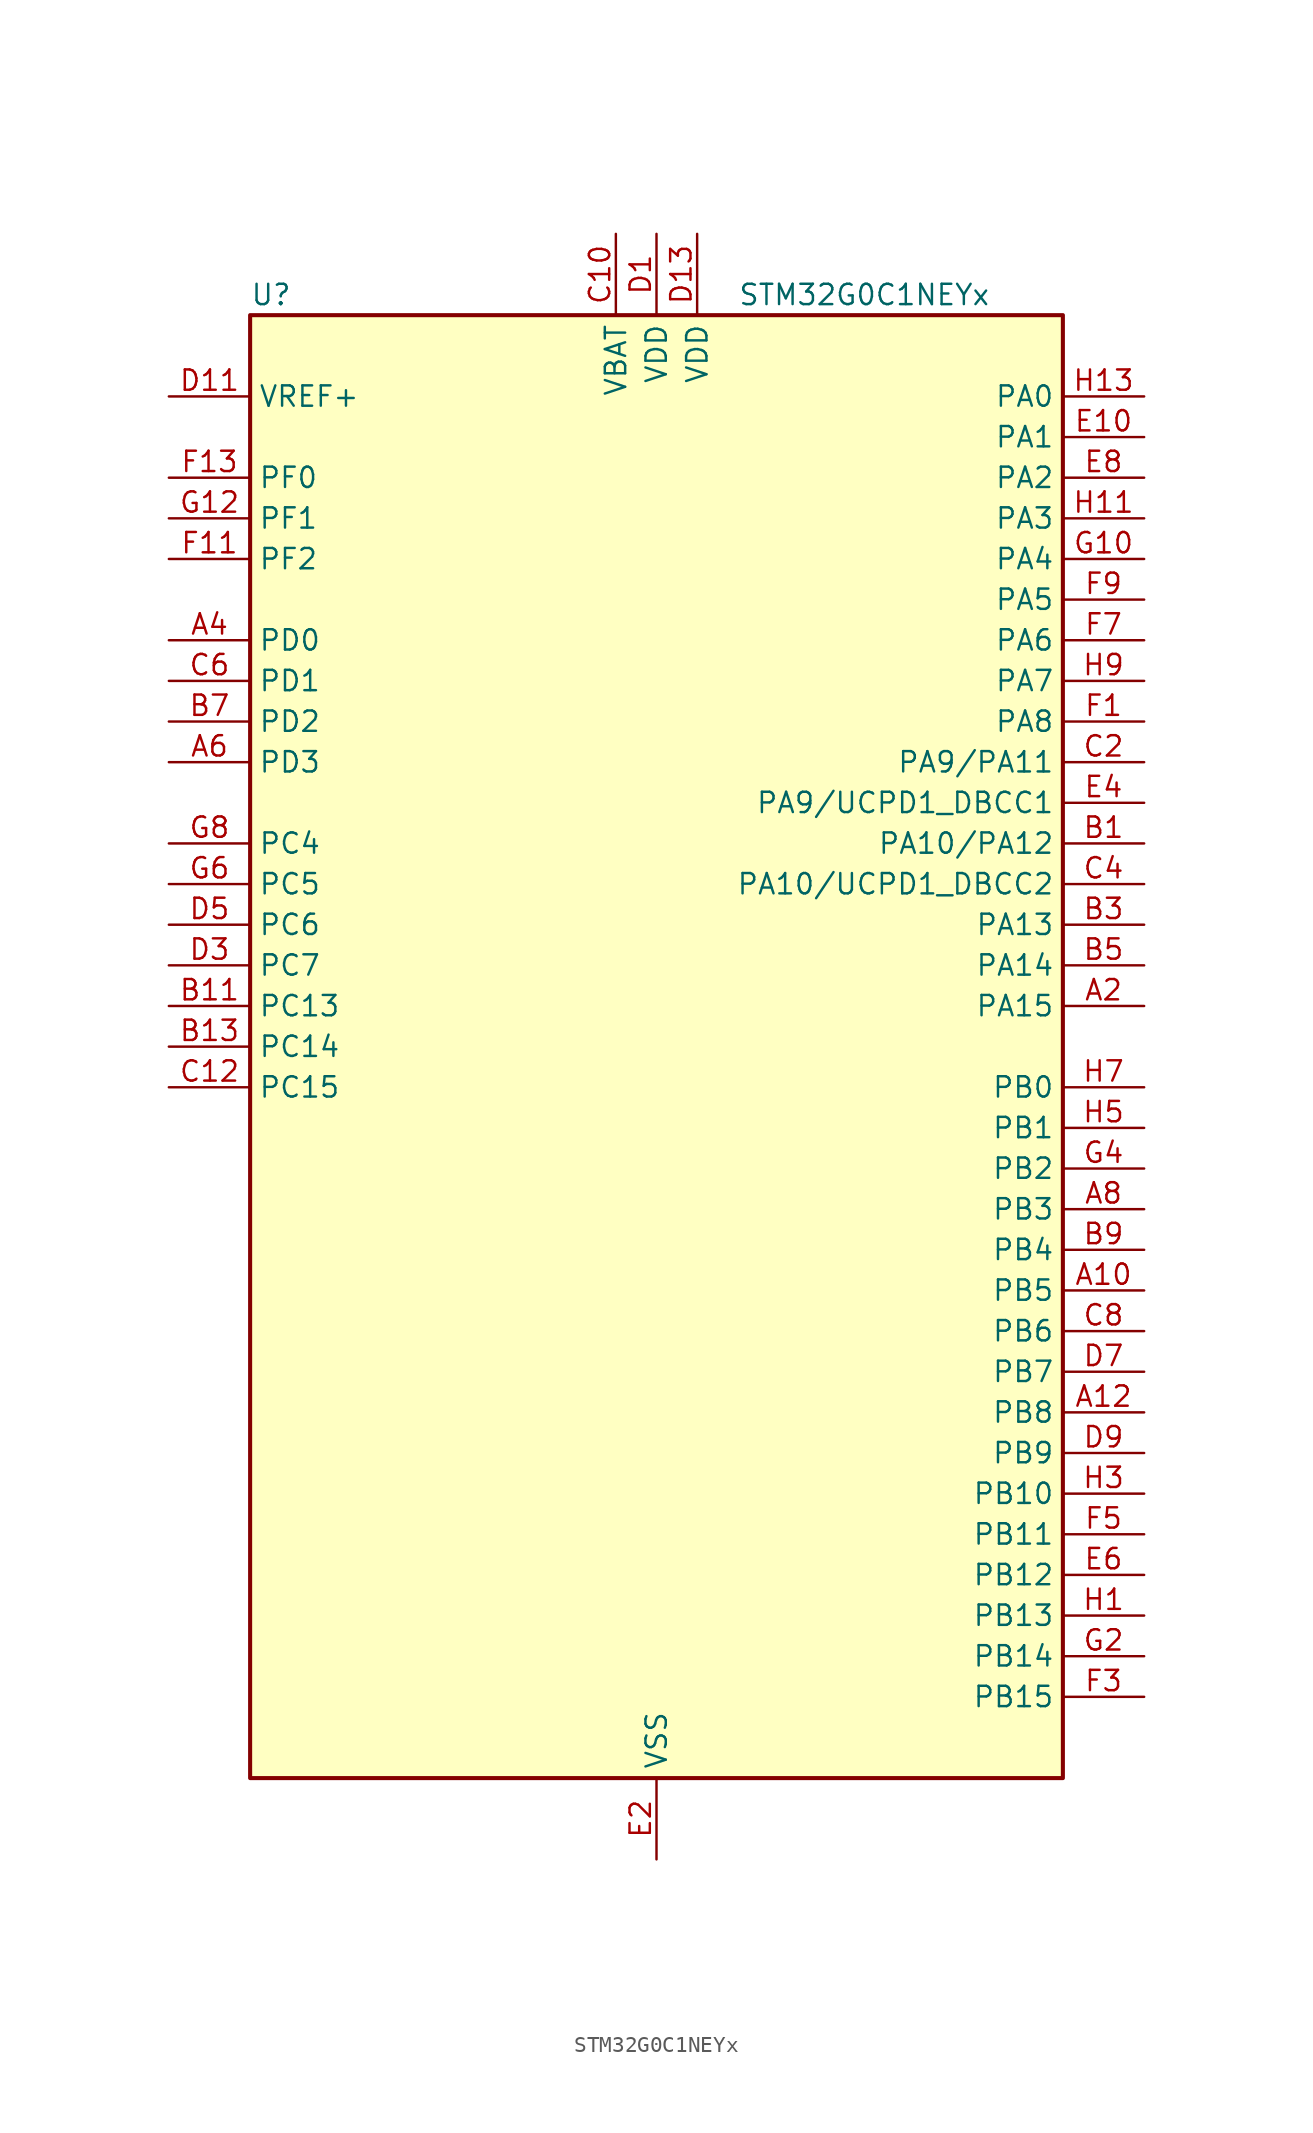
<source format=kicad_sym>
(kicad_symbol_lib
  (version 20241209)
  (generator "kicad_symbol_editor")
  (generator_version "9.0")
  (symbol "STM32G0C1NEYx"
    (property "Reference" "U"
      (at -25.4 46.99 0)
      (effects (font (size 1.27 1.27)) (justify left)))
    (property "Value" "STM32G0C1NEYx"
      (at 5.08 46.99 0)
      (effects (font (size 1.27 1.27)) (justify left)))
    (symbol "STM32G0C1NEYx_0_1"
      (rectangle (start -25.4 -45.72) (end 25.4 45.72) (stroke (width 0.254) (type default)) (fill (type background))))
    (symbol "STM32G0C1NEYx_1_1"
      (pin input line (at -30.48 40.64 0) (length 5.08) (name "VREF+" (effects (font (size 1.27 1.27)))) (number "D11" (effects (font (size 1.27 1.27)))) (alternate "VREFBUF_OUT" bidirectional line))
      (pin bidirectional line (at -30.48 35.56 0) (length 5.08) (name "PF0" (effects (font (size 1.27 1.27)))) (number "F13" (effects (font (size 1.27 1.27)))) (alternate "CRS1_SYNC" bidirectional line) (alternate "RCC_OSC_IN" bidirectional line) (alternate "TIM14_CH1" bidirectional line))
      (pin bidirectional line (at -30.48 33.02 0) (length 5.08) (name "PF1" (effects (font (size 1.27 1.27)))) (number "G12" (effects (font (size 1.27 1.27)))) (alternate "RCC_OSC_EN" bidirectional line) (alternate "RCC_OSC_OUT" bidirectional line) (alternate "TIM15_CH1N" bidirectional line))
      (pin bidirectional line (at -30.48 30.48 0) (length 5.08) (name "PF2" (effects (font (size 1.27 1.27)))) (number "F11" (effects (font (size 1.27 1.27)))) (alternate "LPUART2_DE" bidirectional line) (alternate "LPUART2_RTS" bidirectional line) (alternate "LPUART2_TX" bidirectional line) (alternate "RCC_MCO" bidirectional line))
      (pin bidirectional line (at -30.48 25.4 0) (length 5.08) (name "PD0" (effects (font (size 1.27 1.27)))) (number "A4" (effects (font (size 1.27 1.27)))) (alternate "FDCAN1_RX" bidirectional line) (alternate "I2S2_WS" bidirectional line) (alternate "SPI2_NSS" bidirectional line) (alternate "TIM16_CH1" bidirectional line) (alternate "UCPD2_CC1" bidirectional line))
      (pin bidirectional line (at -30.48 22.86 0) (length 5.08) (name "PD1" (effects (font (size 1.27 1.27)))) (number "C6" (effects (font (size 1.27 1.27)))) (alternate "FDCAN1_TX" bidirectional line) (alternate "I2S2_CK" bidirectional line) (alternate "SPI2_SCK" bidirectional line) (alternate "TIM17_CH1" bidirectional line) (alternate "UCPD2_DBCC1" bidirectional line))
      (pin bidirectional line (at -30.48 20.32 0) (length 5.08) (name "PD2" (effects (font (size 1.27 1.27)))) (number "B7" (effects (font (size 1.27 1.27)))) (alternate "TIM1_CH1N" bidirectional line) (alternate "TIM3_ETR" bidirectional line) (alternate "UCPD2_CC2" bidirectional line) (alternate "USART3_CK" bidirectional line) (alternate "USART3_DE" bidirectional line) (alternate "USART3_RTS" bidirectional line) (alternate "USART5_RX" bidirectional line))
      (pin bidirectional line (at -30.48 17.78 0) (length 5.08) (name "PD3" (effects (font (size 1.27 1.27)))) (number "A6" (effects (font (size 1.27 1.27)))) (alternate "I2S2_MCK" bidirectional line) (alternate "SPI2_MISO" bidirectional line) (alternate "TIM1_CH2N" bidirectional line) (alternate "UCPD2_DBCC2" bidirectional line) (alternate "USART2_CTS" bidirectional line) (alternate "USART2_NSS" bidirectional line) (alternate "USART5_TX" bidirectional line))
      (pin bidirectional line (at -30.48 12.7 0) (length 5.08) (name "PC4" (effects (font (size 1.27 1.27)))) (number "G8" (effects (font (size 1.27 1.27)))) (alternate "ADC1_IN17" bidirectional line) (alternate "COMP1_INM" bidirectional line) (alternate "FDCAN1_RX" bidirectional line) (alternate "TIM2_CH1" bidirectional line) (alternate "TIM2_ETR" bidirectional line) (alternate "USART1_TX" bidirectional line) (alternate "USART3_TX" bidirectional line))
      (pin bidirectional line (at -30.48 10.16 0) (length 5.08) (name "PC5" (effects (font (size 1.27 1.27)))) (number "G6" (effects (font (size 1.27 1.27)))) (alternate "ADC1_IN18" bidirectional line) (alternate "COMP1_INP" bidirectional line) (alternate "FDCAN1_TX" bidirectional line) (alternate "SYS_WKUP5" bidirectional line) (alternate "TIM2_CH2" bidirectional line) (alternate "USART1_RX" bidirectional line) (alternate "USART3_RX" bidirectional line))
      (pin bidirectional line (at -30.48 7.62 0) (length 5.08) (name "PC6" (effects (font (size 1.27 1.27)))) (number "D5" (effects (font (size 1.27 1.27)))) (alternate "LPUART2_TX" bidirectional line) (alternate "TIM2_CH3" bidirectional line) (alternate "TIM3_CH1" bidirectional line) (alternate "UCPD1_FRSTX1" bidirectional line) (alternate "UCPD1_FRSTX2" bidirectional line))
      (pin bidirectional line (at -30.48 5.08 0) (length 5.08) (name "PC7" (effects (font (size 1.27 1.27)))) (number "D3" (effects (font (size 1.27 1.27)))) (alternate "LPUART2_RX" bidirectional line) (alternate "TIM2_CH4" bidirectional line) (alternate "TIM3_CH2" bidirectional line) (alternate "UCPD2_FRSTX1" bidirectional line) (alternate "UCPD2_FRSTX2" bidirectional line))
      (pin bidirectional line (at -30.48 2.54 0) (length 5.08) (name "PC13" (effects (font (size 1.27 1.27)))) (number "B11" (effects (font (size 1.27 1.27)))) (alternate "RTC_OUT1" bidirectional line) (alternate "RTC_TAMP_IN1" bidirectional line) (alternate "RTC_TS" bidirectional line) (alternate "SYS_WKUP2" bidirectional line) (alternate "TIM1_BK" bidirectional line))
      (pin bidirectional line (at -30.48 0 0) (length 5.08) (name "PC14" (effects (font (size 1.27 1.27)))) (number "B13" (effects (font (size 1.27 1.27)))) (alternate "RCC_OSC32_IN" bidirectional line) (alternate "TIM1_BK2" bidirectional line))
      (pin bidirectional line (at -30.48 -2.54 0) (length 5.08) (name "PC15" (effects (font (size 1.27 1.27)))) (number "C12" (effects (font (size 1.27 1.27)))) (alternate "RCC_OSC32_EN" bidirectional line) (alternate "RCC_OSC32_OUT" bidirectional line) (alternate "RCC_OSC_EN" bidirectional line) (alternate "TIM15_BK" bidirectional line))
      (pin power_in line (at -2.54 50.8 270) (length 5.08) (name "VBAT" (effects (font (size 1.27 1.27)))) (number "C10" (effects (font (size 1.27 1.27)))))
      (pin power_in line (at 0 50.8 270) (length 5.08) (name "VDD" (effects (font (size 1.27 1.27)))) (number "D1" (effects (font (size 1.27 1.27)))))
      (pin passive line (at 0 -50.8 90) (length 5.08) (hide yes) (name "VSS" (effects (font (size 1.27 1.27)))) (number "E12" (effects (font (size 1.27 1.27)))))
      (pin power_in line (at 0 -50.8 90) (length 5.08) (name "VSS" (effects (font (size 1.27 1.27)))) (number "E2" (effects (font (size 1.27 1.27)))))
      (pin power_in line (at 2.54 50.8 270) (length 5.08) (name "VDD" (effects (font (size 1.27 1.27)))) (number "D13" (effects (font (size 1.27 1.27)))))
      (pin bidirectional line (at 30.48 40.64 180) (length 5.08) (name "PA0" (effects (font (size 1.27 1.27)))) (number "H13" (effects (font (size 1.27 1.27)))) (alternate "ADC1_IN0" bidirectional line) (alternate "COMP1_INM" bidirectional line) (alternate "COMP1_OUT" bidirectional line) (alternate "I2S2_CK" bidirectional line) (alternate "LPTIM1_OUT" bidirectional line) (alternate "RTC_TAMP_IN2" bidirectional line) (alternate "SPI2_SCK" bidirectional line) (alternate "SYS_WKUP1" bidirectional line) (alternate "TIM2_CH1" bidirectional line) (alternate "TIM2_ETR" bidirectional line) (alternate "UCPD2_FRSTX1" bidirectional line) (alternate "UCPD2_FRSTX2" bidirectional line) (alternate "USART2_CTS" bidirectional line) (alternate "USART2_NSS" bidirectional line) (alternate "USART4_TX" bidirectional line))
      (pin bidirectional line (at 30.48 38.1 180) (length 5.08) (name "PA1" (effects (font (size 1.27 1.27)))) (number "E10" (effects (font (size 1.27 1.27)))) (alternate "ADC1_IN1" bidirectional line) (alternate "COMP1_INP" bidirectional line) (alternate "I2C1_SMBA" bidirectional line) (alternate "I2S1_CK" bidirectional line) (alternate "SPI1_SCK" bidirectional line) (alternate "TIM15_CH1N" bidirectional line) (alternate "TIM2_CH2" bidirectional line) (alternate "USART2_CK" bidirectional line) (alternate "USART2_DE" bidirectional line) (alternate "USART2_RTS" bidirectional line) (alternate "USART4_RX" bidirectional line))
      (pin bidirectional line (at 30.48 35.56 180) (length 5.08) (name "PA2" (effects (font (size 1.27 1.27)))) (number "E8" (effects (font (size 1.27 1.27)))) (alternate "ADC1_IN2" bidirectional line) (alternate "COMP2_INM" bidirectional line) (alternate "COMP2_OUT" bidirectional line) (alternate "I2S1_SD" bidirectional line) (alternate "LPUART1_TX" bidirectional line) (alternate "RCC_LSCO" bidirectional line) (alternate "SPI1_MOSI" bidirectional line) (alternate "SYS_WKUP4" bidirectional line) (alternate "TIM15_CH1" bidirectional line) (alternate "TIM2_CH3" bidirectional line) (alternate "UCPD1_FRSTX1" bidirectional line) (alternate "UCPD1_FRSTX2" bidirectional line) (alternate "USART2_TX" bidirectional line))
      (pin bidirectional line (at 30.48 33.02 180) (length 5.08) (name "PA3" (effects (font (size 1.27 1.27)))) (number "H11" (effects (font (size 1.27 1.27)))) (alternate "ADC1_IN3" bidirectional line) (alternate "COMP2_INP" bidirectional line) (alternate "I2S2_MCK" bidirectional line) (alternate "LPUART1_RX" bidirectional line) (alternate "SPI2_MISO" bidirectional line) (alternate "TIM15_CH2" bidirectional line) (alternate "TIM2_CH4" bidirectional line) (alternate "UCPD2_FRSTX1" bidirectional line) (alternate "UCPD2_FRSTX2" bidirectional line) (alternate "USART2_RX" bidirectional line))
      (pin bidirectional line (at 30.48 30.48 180) (length 5.08) (name "PA4" (effects (font (size 1.27 1.27)))) (number "G10" (effects (font (size 1.27 1.27)))) (alternate "ADC1_IN4" bidirectional line) (alternate "DAC1_OUT1" bidirectional line) (alternate "I2S1_WS" bidirectional line) (alternate "I2S2_SD" bidirectional line) (alternate "LPTIM2_OUT" bidirectional line) (alternate "RTC_OUT2" bidirectional line) (alternate "SPI1_NSS" bidirectional line) (alternate "SPI2_MOSI" bidirectional line) (alternate "SPI3_NSS" bidirectional line) (alternate "TIM14_CH1" bidirectional line) (alternate "UCPD2_FRSTX1" bidirectional line) (alternate "UCPD2_FRSTX2" bidirectional line) (alternate "USART6_TX" bidirectional line) (alternate "USB_NOE" bidirectional line))
      (pin bidirectional line (at 30.48 27.94 180) (length 5.08) (name "PA5" (effects (font (size 1.27 1.27)))) (number "F9" (effects (font (size 1.27 1.27)))) (alternate "ADC1_IN5" bidirectional line) (alternate "CEC" bidirectional line) (alternate "DAC1_OUT2" bidirectional line) (alternate "I2S1_CK" bidirectional line) (alternate "LPTIM2_ETR" bidirectional line) (alternate "SPI1_SCK" bidirectional line) (alternate "TIM2_CH1" bidirectional line) (alternate "TIM2_ETR" bidirectional line) (alternate "UCPD1_FRSTX1" bidirectional line) (alternate "UCPD1_FRSTX2" bidirectional line) (alternate "USART3_TX" bidirectional line) (alternate "USART6_RX" bidirectional line))
      (pin bidirectional line (at 30.48 25.4 180) (length 5.08) (name "PA6" (effects (font (size 1.27 1.27)))) (number "F7" (effects (font (size 1.27 1.27)))) (alternate "ADC1_IN6" bidirectional line) (alternate "COMP1_OUT" bidirectional line) (alternate "I2C2_SDA" bidirectional line) (alternate "I2C3_SDA" bidirectional line) (alternate "I2S1_MCK" bidirectional line) (alternate "LPUART1_CTS" bidirectional line) (alternate "SPI1_MISO" bidirectional line) (alternate "TIM16_CH1" bidirectional line) (alternate "TIM1_BK" bidirectional line) (alternate "TIM3_CH1" bidirectional line) (alternate "USART3_CTS" bidirectional line) (alternate "USART3_NSS" bidirectional line) (alternate "USART6_CTS" bidirectional line) (alternate "USART6_NSS" bidirectional line))
      (pin bidirectional line (at 30.48 22.86 180) (length 5.08) (name "PA7" (effects (font (size 1.27 1.27)))) (number "H9" (effects (font (size 1.27 1.27)))) (alternate "ADC1_IN7" bidirectional line) (alternate "COMP2_OUT" bidirectional line) (alternate "I2C2_SCL" bidirectional line) (alternate "I2C3_SCL" bidirectional line) (alternate "I2S1_SD" bidirectional line) (alternate "SPI1_MOSI" bidirectional line) (alternate "TIM14_CH1" bidirectional line) (alternate "TIM17_CH1" bidirectional line) (alternate "TIM1_CH1N" bidirectional line) (alternate "TIM3_CH2" bidirectional line) (alternate "UCPD1_FRSTX1" bidirectional line) (alternate "UCPD1_FRSTX2" bidirectional line) (alternate "USART6_CK" bidirectional line) (alternate "USART6_DE" bidirectional line) (alternate "USART6_RTS" bidirectional line))
      (pin bidirectional line (at 30.48 20.32 180) (length 5.08) (name "PA8" (effects (font (size 1.27 1.27)))) (number "F1" (effects (font (size 1.27 1.27)))) (alternate "CRS1_SYNC" bidirectional line) (alternate "I2C2_SMBA" bidirectional line) (alternate "I2S2_WS" bidirectional line) (alternate "LPTIM2_OUT" bidirectional line) (alternate "RCC_MCO" bidirectional line) (alternate "SPI2_NSS" bidirectional line) (alternate "TIM1_CH1" bidirectional line) (alternate "UCPD1_CC1" bidirectional line))
      (pin bidirectional line (at 30.48 17.78 180) (length 5.08) (name "PA9/PA11" (effects (font (size 1.27 1.27)))) (number "C2" (effects (font (size 1.27 1.27)))) (alternate "ADC1_EXTI11 (PA11)" bidirectional line) (alternate "COMP1_OUT (PA11)" bidirectional line) (alternate "DAC1_EXTI9 (PA9)" bidirectional line) (alternate "FDCAN1_RX (PA11)" bidirectional line) (alternate "I2C1_SCL (PA9)" bidirectional line) (alternate "I2C2_SCL (PA11)" bidirectional line) (alternate "I2C2_SCL (PA9)" bidirectional line) (alternate "I2S1_MCK (PA11)" bidirectional line) (alternate "I2S2_MCK (PA9)" bidirectional line) (alternate "PA11" bidirectional line) (alternate "PA9" bidirectional line) (alternate "RCC_MCO (PA9)" bidirectional line) (alternate "SPI1_MISO (PA11)" bidirectional line) (alternate "SPI2_MISO (PA9)" bidirectional line) (alternate "TIM15_BK (PA9)" bidirectional line) (alternate "TIM1_BK2 (PA11)" bidirectional line) (alternate "TIM1_CH2 (PA9)" bidirectional line) (alternate "TIM1_CH4 (PA11)" bidirectional line) (alternate "UCPD1_DBCC1 (PA9)" bidirectional line) (alternate "USART1_CTS (PA11)" bidirectional line) (alternate "USART1_NSS (PA11)" bidirectional line) (alternate "USART1_TX (PA9)" bidirectional line) (alternate "USB_DM (PA11)" bidirectional line))
      (pin bidirectional line (at 30.48 15.24 180) (length 5.08) (name "PA9/UCPD1_DBCC1" (effects (font (size 1.27 1.27)))) (number "E4" (effects (font (size 1.27 1.27)))) (alternate "DAC1_EXTI9 (PA9)" bidirectional line) (alternate "I2C1_SCL (PA9)" bidirectional line) (alternate "I2C2_SCL (PA9)" bidirectional line) (alternate "I2S2_MCK (PA9)" bidirectional line) (alternate "PA9" bidirectional line) (alternate "RCC_MCO (PA9)" bidirectional line) (alternate "SPI2_MISO (PA9)" bidirectional line) (alternate "TIM15_BK (PA9)" bidirectional line) (alternate "TIM1_CH2 (PA9)" bidirectional line) (alternate "UCPD1_DBCC1" bidirectional line) (alternate "UCPD1_DBCC1 (PA9)" bidirectional line) (alternate "UCPD1_DBCC1 (UCPD1_DBCC1)" bidirectional line) (alternate "USART1_TX (PA9)" bidirectional line))
      (pin bidirectional line (at 30.48 12.7 180) (length 5.08) (name "PA10/PA12" (effects (font (size 1.27 1.27)))) (number "B1" (effects (font (size 1.27 1.27)))) (alternate "COMP2_OUT (PA12)" bidirectional line) (alternate "FDCAN1_TX (PA12)" bidirectional line) (alternate "I2C1_SDA (PA10)" bidirectional line) (alternate "I2C2_SDA (PA10)" bidirectional line) (alternate "I2C2_SDA (PA12)" bidirectional line) (alternate "I2S1_SD (PA12)" bidirectional line) (alternate "I2S2_SD (PA10)" bidirectional line) (alternate "I2S_CKIN (PA12)" bidirectional line) (alternate "PA10" bidirectional line) (alternate "PA12" bidirectional line) (alternate "RCC_MCO_2 (PA10)" bidirectional line) (alternate "SPI1_MOSI (PA12)" bidirectional line) (alternate "SPI2_MOSI (PA10)" bidirectional line) (alternate "TIM17_BK (PA10)" bidirectional line) (alternate "TIM1_CH3 (PA10)" bidirectional line) (alternate "TIM1_ETR (PA12)" bidirectional line) (alternate "UCPD1_DBCC2 (PA10)" bidirectional line) (alternate "USART1_CK (PA12)" bidirectional line) (alternate "USART1_DE (PA12)" bidirectional line) (alternate "USART1_RTS (PA12)" bidirectional line) (alternate "USART1_RX (PA10)" bidirectional line) (alternate "USB_DP (PA12)" bidirectional line))
      (pin bidirectional line (at 30.48 10.16 180) (length 5.08) (name "PA10/UCPD1_DBCC2" (effects (font (size 1.27 1.27)))) (number "C4" (effects (font (size 1.27 1.27)))) (alternate "I2C1_SDA (PA10)" bidirectional line) (alternate "I2C2_SDA (PA10)" bidirectional line) (alternate "I2S2_SD (PA10)" bidirectional line) (alternate "PA10" bidirectional line) (alternate "RCC_MCO_2 (PA10)" bidirectional line) (alternate "SPI2_MOSI (PA10)" bidirectional line) (alternate "TIM17_BK (PA10)" bidirectional line) (alternate "TIM1_CH3 (PA10)" bidirectional line) (alternate "UCPD1_DBCC2" bidirectional line) (alternate "UCPD1_DBCC2 (PA10)" bidirectional line) (alternate "UCPD1_DBCC2 (UCPD1_DBCC2)" bidirectional line) (alternate "USART1_RX (PA10)" bidirectional line))
      (pin bidirectional line (at 30.48 7.62 180) (length 5.08) (name "PA13" (effects (font (size 1.27 1.27)))) (number "B3" (effects (font (size 1.27 1.27)))) (alternate "IR_OUT" bidirectional line) (alternate "LPUART2_RX" bidirectional line) (alternate "SYS_SWDIO" bidirectional line) (alternate "USB_NOE" bidirectional line))
      (pin bidirectional line (at 30.48 5.08 180) (length 5.08) (name "PA14" (effects (font (size 1.27 1.27)))) (number "B5" (effects (font (size 1.27 1.27)))) (alternate "LPUART2_TX" bidirectional line) (alternate "SYS_SWCLK" bidirectional line) (alternate "USART2_TX" bidirectional line))
      (pin bidirectional line (at 30.48 2.54 180) (length 5.08) (name "PA15" (effects (font (size 1.27 1.27)))) (number "A2" (effects (font (size 1.27 1.27)))) (alternate "I2C2_SMBA" bidirectional line) (alternate "I2S1_WS" bidirectional line) (alternate "RCC_MCO_2" bidirectional line) (alternate "SPI1_NSS" bidirectional line) (alternate "SPI3_NSS" bidirectional line) (alternate "TIM2_CH1" bidirectional line) (alternate "TIM2_ETR" bidirectional line) (alternate "USART2_RX" bidirectional line) (alternate "USART3_CK" bidirectional line) (alternate "USART3_DE" bidirectional line) (alternate "USART3_RTS" bidirectional line) (alternate "USART4_CK" bidirectional line) (alternate "USART4_DE" bidirectional line) (alternate "USART4_RTS" bidirectional line) (alternate "USB_NOE" bidirectional line))
      (pin bidirectional line (at 30.48 -2.54 180) (length 5.08) (name "PB0" (effects (font (size 1.27 1.27)))) (number "H7" (effects (font (size 1.27 1.27)))) (alternate "ADC1_IN8" bidirectional line) (alternate "COMP1_OUT" bidirectional line) (alternate "COMP3_INP" bidirectional line) (alternate "FDCAN2_RX" bidirectional line) (alternate "I2S1_WS" bidirectional line) (alternate "LPTIM1_OUT" bidirectional line) (alternate "LPUART2_CTS" bidirectional line) (alternate "SPI1_NSS" bidirectional line) (alternate "TIM1_CH2N" bidirectional line) (alternate "TIM3_CH3" bidirectional line) (alternate "UCPD1_FRSTX1" bidirectional line) (alternate "UCPD1_FRSTX2" bidirectional line) (alternate "USART3_RX" bidirectional line) (alternate "USART5_TX" bidirectional line))
      (pin bidirectional line (at 30.48 -5.08 180) (length 5.08) (name "PB1" (effects (font (size 1.27 1.27)))) (number "H5" (effects (font (size 1.27 1.27)))) (alternate "ADC1_IN9" bidirectional line) (alternate "COMP1_INM" bidirectional line) (alternate "COMP3_OUT" bidirectional line) (alternate "FDCAN2_TX" bidirectional line) (alternate "LPTIM2_IN1" bidirectional line) (alternate "LPUART1_DE" bidirectional line) (alternate "LPUART1_RTS" bidirectional line) (alternate "LPUART2_DE" bidirectional line) (alternate "LPUART2_RTS" bidirectional line) (alternate "TIM14_CH1" bidirectional line) (alternate "TIM1_CH3N" bidirectional line) (alternate "TIM3_CH4" bidirectional line) (alternate "USART3_CK" bidirectional line) (alternate "USART3_DE" bidirectional line) (alternate "USART3_RTS" bidirectional line) (alternate "USART5_RX" bidirectional line))
      (pin bidirectional line (at 30.48 -7.62 180) (length 5.08) (name "PB2" (effects (font (size 1.27 1.27)))) (number "G4" (effects (font (size 1.27 1.27)))) (alternate "ADC1_IN10" bidirectional line) (alternate "COMP1_INP" bidirectional line) (alternate "COMP3_INM" bidirectional line) (alternate "I2S2_MCK" bidirectional line) (alternate "LPTIM1_OUT" bidirectional line) (alternate "RCC_MCO_2" bidirectional line) (alternate "SPI2_MISO" bidirectional line) (alternate "USART3_TX" bidirectional line))
      (pin bidirectional line (at 30.48 -10.16 180) (length 5.08) (name "PB3" (effects (font (size 1.27 1.27)))) (number "A8" (effects (font (size 1.27 1.27)))) (alternate "COMP2_INM" bidirectional line) (alternate "I2C2_SCL" bidirectional line) (alternate "I2C3_SCL" bidirectional line) (alternate "I2S1_CK" bidirectional line) (alternate "SPI1_SCK" bidirectional line) (alternate "SPI3_SCK" bidirectional line) (alternate "TIM1_CH2" bidirectional line) (alternate "TIM2_CH2" bidirectional line) (alternate "USART1_CK" bidirectional line) (alternate "USART1_DE" bidirectional line) (alternate "USART1_RTS" bidirectional line) (alternate "USART5_TX" bidirectional line))
      (pin bidirectional line (at 30.48 -12.7 180) (length 5.08) (name "PB4" (effects (font (size 1.27 1.27)))) (number "B9" (effects (font (size 1.27 1.27)))) (alternate "COMP2_INP" bidirectional line) (alternate "I2C2_SDA" bidirectional line) (alternate "I2C3_SDA" bidirectional line) (alternate "I2S1_MCK" bidirectional line) (alternate "SPI1_MISO" bidirectional line) (alternate "SPI3_MISO" bidirectional line) (alternate "TIM17_BK" bidirectional line) (alternate "TIM3_CH1" bidirectional line) (alternate "USART1_CTS" bidirectional line) (alternate "USART1_NSS" bidirectional line) (alternate "USART5_RX" bidirectional line))
      (pin bidirectional line (at 30.48 -15.24 180) (length 5.08) (name "PB5" (effects (font (size 1.27 1.27)))) (number "A10" (effects (font (size 1.27 1.27)))) (alternate "COMP2_OUT" bidirectional line) (alternate "FDCAN2_RX" bidirectional line) (alternate "I2C1_SMBA" bidirectional line) (alternate "I2S1_SD" bidirectional line) (alternate "LPTIM1_IN1" bidirectional line) (alternate "SPI1_MOSI" bidirectional line) (alternate "SPI3_MOSI" bidirectional line) (alternate "SYS_WKUP6" bidirectional line) (alternate "TIM16_BK" bidirectional line) (alternate "TIM3_CH2" bidirectional line) (alternate "USART5_CK" bidirectional line) (alternate "USART5_DE" bidirectional line) (alternate "USART5_RTS" bidirectional line))
      (pin bidirectional line (at 30.48 -17.78 180) (length 5.08) (name "PB6" (effects (font (size 1.27 1.27)))) (number "C8" (effects (font (size 1.27 1.27)))) (alternate "COMP2_INP" bidirectional line) (alternate "FDCAN2_TX" bidirectional line) (alternate "I2C1_SCL" bidirectional line) (alternate "I2S2_MCK" bidirectional line) (alternate "LPTIM1_ETR" bidirectional line) (alternate "LPUART2_TX" bidirectional line) (alternate "SPI2_MISO" bidirectional line) (alternate "TIM16_CH1N" bidirectional line) (alternate "TIM1_CH3" bidirectional line) (alternate "TIM4_CH1" bidirectional line) (alternate "USART1_TX" bidirectional line) (alternate "USART5_CTS" bidirectional line) (alternate "USART5_NSS" bidirectional line))
      (pin bidirectional line (at 30.48 -20.32 180) (length 5.08) (name "PB7" (effects (font (size 1.27 1.27)))) (number "D7" (effects (font (size 1.27 1.27)))) (alternate "COMP2_INM" bidirectional line) (alternate "I2C1_SDA" bidirectional line) (alternate "I2S2_SD" bidirectional line) (alternate "LPTIM1_IN2" bidirectional line) (alternate "LPUART2_RX" bidirectional line) (alternate "SPI2_MOSI" bidirectional line) (alternate "SYS_PVD_IN" bidirectional line) (alternate "TIM17_CH1N" bidirectional line) (alternate "TIM4_CH2" bidirectional line) (alternate "USART1_RX" bidirectional line) (alternate "USART4_CTS" bidirectional line) (alternate "USART4_NSS" bidirectional line))
      (pin bidirectional line (at 30.48 -22.86 180) (length 5.08) (name "PB8" (effects (font (size 1.27 1.27)))) (number "A12" (effects (font (size 1.27 1.27)))) (alternate "CEC" bidirectional line) (alternate "FDCAN1_RX" bidirectional line) (alternate "I2C1_SCL" bidirectional line) (alternate "I2S2_CK" bidirectional line) (alternate "SPI2_SCK" bidirectional line) (alternate "TIM15_BK" bidirectional line) (alternate "TIM16_CH1" bidirectional line) (alternate "TIM4_CH3" bidirectional line) (alternate "USART3_TX" bidirectional line) (alternate "USART6_TX" bidirectional line))
      (pin bidirectional line (at 30.48 -25.4 180) (length 5.08) (name "PB9" (effects (font (size 1.27 1.27)))) (number "D9" (effects (font (size 1.27 1.27)))) (alternate "DAC1_EXTI9" bidirectional line) (alternate "FDCAN1_TX" bidirectional line) (alternate "I2C1_SDA" bidirectional line) (alternate "I2S2_WS" bidirectional line) (alternate "IR_OUT" bidirectional line) (alternate "SPI2_NSS" bidirectional line) (alternate "TIM17_CH1" bidirectional line) (alternate "TIM4_CH4" bidirectional line) (alternate "UCPD2_FRSTX1" bidirectional line) (alternate "UCPD2_FRSTX2" bidirectional line) (alternate "USART3_RX" bidirectional line) (alternate "USART6_RX" bidirectional line))
      (pin bidirectional line (at 30.48 -27.94 180) (length 5.08) (name "PB10" (effects (font (size 1.27 1.27)))) (number "H3" (effects (font (size 1.27 1.27)))) (alternate "ADC1_IN11" bidirectional line) (alternate "CEC" bidirectional line) (alternate "COMP1_OUT" bidirectional line) (alternate "I2C2_SCL" bidirectional line) (alternate "I2S2_CK" bidirectional line) (alternate "LPUART1_RX" bidirectional line) (alternate "SPI2_SCK" bidirectional line) (alternate "TIM2_CH3" bidirectional line) (alternate "USART3_TX" bidirectional line))
      (pin bidirectional line (at 30.48 -30.48 180) (length 5.08) (name "PB11" (effects (font (size 1.27 1.27)))) (number "F5" (effects (font (size 1.27 1.27)))) (alternate "ADC1_EXTI11" bidirectional line) (alternate "ADC1_IN15" bidirectional line) (alternate "COMP2_OUT" bidirectional line) (alternate "I2C2_SDA" bidirectional line) (alternate "I2S2_SD" bidirectional line) (alternate "LPUART1_TX" bidirectional line) (alternate "SPI2_MOSI" bidirectional line) (alternate "TIM2_CH4" bidirectional line) (alternate "USART3_RX" bidirectional line))
      (pin bidirectional line (at 30.48 -33.02 180) (length 5.08) (name "PB12" (effects (font (size 1.27 1.27)))) (number "E6" (effects (font (size 1.27 1.27)))) (alternate "ADC1_IN16" bidirectional line) (alternate "FDCAN2_RX" bidirectional line) (alternate "I2C2_SMBA" bidirectional line) (alternate "I2S2_WS" bidirectional line) (alternate "LPUART1_DE" bidirectional line) (alternate "LPUART1_RTS" bidirectional line) (alternate "SPI2_NSS" bidirectional line) (alternate "TIM15_BK" bidirectional line) (alternate "TIM1_BK" bidirectional line) (alternate "UCPD2_FRSTX1" bidirectional line) (alternate "UCPD2_FRSTX2" bidirectional line))
      (pin bidirectional line (at 30.48 -35.56 180) (length 5.08) (name "PB13" (effects (font (size 1.27 1.27)))) (number "H1" (effects (font (size 1.27 1.27)))) (alternate "FDCAN2_TX" bidirectional line) (alternate "I2C2_SCL" bidirectional line) (alternate "I2S2_CK" bidirectional line) (alternate "LPUART1_CTS" bidirectional line) (alternate "SPI2_SCK" bidirectional line) (alternate "TIM15_CH1N" bidirectional line) (alternate "TIM1_CH1N" bidirectional line) (alternate "USART3_CTS" bidirectional line) (alternate "USART3_NSS" bidirectional line))
      (pin bidirectional line (at 30.48 -38.1 180) (length 5.08) (name "PB14" (effects (font (size 1.27 1.27)))) (number "G2" (effects (font (size 1.27 1.27)))) (alternate "I2C2_SDA" bidirectional line) (alternate "I2S2_MCK" bidirectional line) (alternate "SPI2_MISO" bidirectional line) (alternate "TIM15_CH1" bidirectional line) (alternate "TIM1_CH2N" bidirectional line) (alternate "UCPD1_FRSTX1" bidirectional line) (alternate "UCPD1_FRSTX2" bidirectional line) (alternate "USART3_CK" bidirectional line) (alternate "USART3_DE" bidirectional line) (alternate "USART3_RTS" bidirectional line) (alternate "USART6_CK" bidirectional line) (alternate "USART6_DE" bidirectional line) (alternate "USART6_RTS" bidirectional line))
      (pin bidirectional line (at 30.48 -40.64 180) (length 5.08) (name "PB15" (effects (font (size 1.27 1.27)))) (number "F3" (effects (font (size 1.27 1.27)))) (alternate "I2S2_SD" bidirectional line) (alternate "RTC_REFIN" bidirectional line) (alternate "SPI2_MOSI" bidirectional line) (alternate "TIM15_CH1N" bidirectional line) (alternate "TIM15_CH2" bidirectional line) (alternate "TIM1_CH3N" bidirectional line) (alternate "UCPD1_CC2" bidirectional line) (alternate "USART6_CTS" bidirectional line) (alternate "USART6_NSS" bidirectional line)))))
</source>
